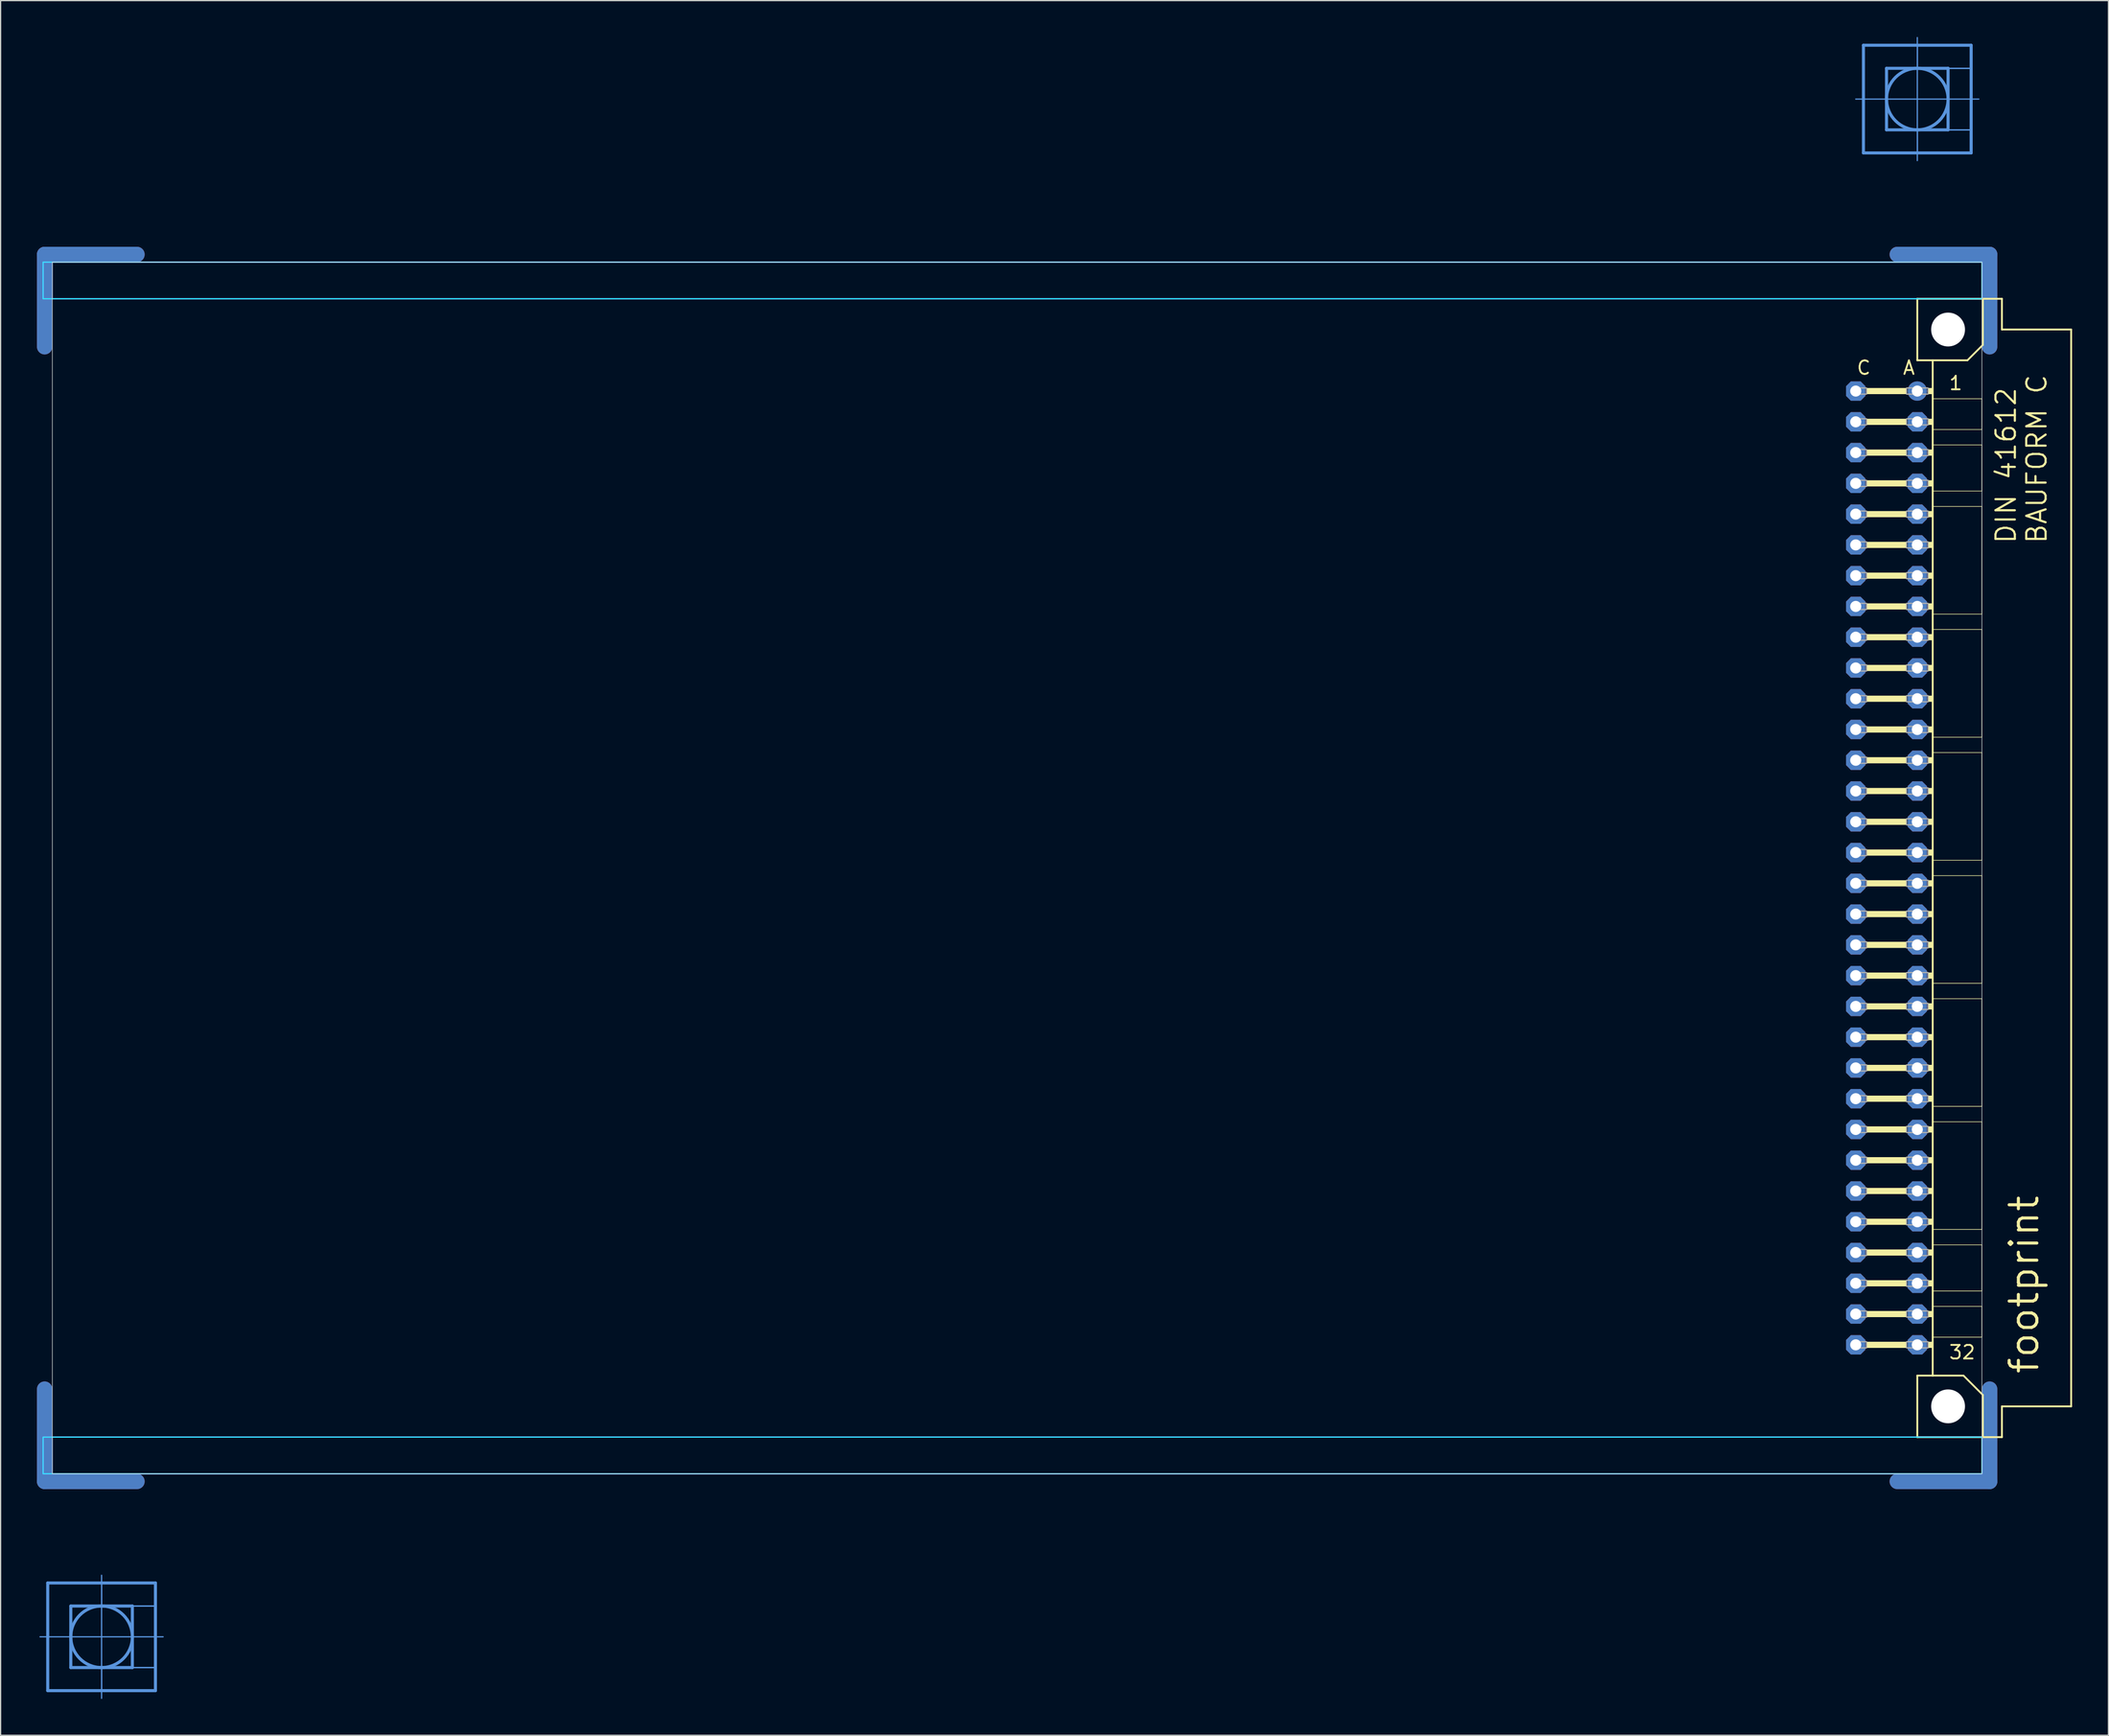
<source format=kicad_pcb>
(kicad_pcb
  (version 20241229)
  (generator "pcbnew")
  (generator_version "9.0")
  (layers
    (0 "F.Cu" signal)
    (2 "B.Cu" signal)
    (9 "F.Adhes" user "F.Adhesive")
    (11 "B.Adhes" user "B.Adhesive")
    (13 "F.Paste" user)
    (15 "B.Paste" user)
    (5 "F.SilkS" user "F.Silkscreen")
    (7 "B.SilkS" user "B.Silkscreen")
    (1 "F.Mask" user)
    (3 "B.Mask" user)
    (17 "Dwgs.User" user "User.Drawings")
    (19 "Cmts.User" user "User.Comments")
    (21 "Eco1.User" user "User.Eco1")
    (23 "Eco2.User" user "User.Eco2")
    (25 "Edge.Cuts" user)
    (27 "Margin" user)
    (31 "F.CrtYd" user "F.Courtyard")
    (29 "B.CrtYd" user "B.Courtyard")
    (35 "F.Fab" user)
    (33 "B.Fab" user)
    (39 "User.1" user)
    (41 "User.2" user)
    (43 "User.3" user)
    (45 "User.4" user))
  (footprint "footprint"
    (layer "F.Cu")
    (at 0.254 68.605)
    (property "Reference" "footprint" (at 165.1 41.91 90) (layer "F.SilkS") (effects (font (size 2.286 2.286) (thickness 0.254)) (justify left bottom)))
    (fp_line (start 0.381 -43.028) (end 0.381 -50.648) (stroke (width 1.27) (type solid)) (layer "F.Cu"))
    (fp_line (start 0.381 43.028) (end 0.381 50.648) (stroke (width 1.27) (type solid)) (layer "F.Cu"))
    (fp_line (start 8.001 -50.648) (end 0.381 -50.648) (stroke (width 1.27) (type solid)) (layer "F.Cu"))
    (fp_line (start 8.001 50.648) (end 0.381 50.648) (stroke (width 1.27) (type solid)) (layer "F.Cu"))
    (fp_line (start 153.289 -50.648) (end 160.909 -50.648) (stroke (width 1.27) (type solid)) (layer "F.Cu"))
    (fp_line (start 153.289 50.648) (end 160.909 50.648) (stroke (width 1.27) (type solid)) (layer "F.Cu"))
    (fp_line (start 160.909 -43.028) (end 160.909 -50.648) (stroke (width 1.27) (type solid)) (layer "F.Cu"))
    (fp_line (start 160.909 43.028) (end 160.909 50.648) (stroke (width 1.27) (type solid)) (layer "F.Cu"))
    (fp_line (start 1.016 -42.393) (end 1.016 -50.013) (stroke (width 0.152) (type solid)) (layer "F.Mask"))
    (fp_line (start 1.016 42.393) (end 1.016 50.013) (stroke (width 0.152) (type solid)) (layer "F.Mask"))
    (fp_line (start 8.636 -50.013) (end 1.016 -50.013) (stroke (width 0.152) (type solid)) (layer "F.Mask"))
    (fp_line (start 8.636 50.013) (end 1.016 50.013) (stroke (width 0.152) (type solid)) (layer "F.Mask"))
    (fp_line (start 152.654 -50.013) (end 160.274 -50.013) (stroke (width 0.152) (type solid)) (layer "F.Mask"))
    (fp_line (start 152.654 50.013) (end 160.274 50.013) (stroke (width 0.152) (type solid)) (layer "F.Mask"))
    (fp_line (start 160.274 -42.393) (end 160.274 -50.013) (stroke (width 0.152) (type solid)) (layer "F.Mask"))
    (fp_line (start 160.274 42.393) (end 160.274 50.013) (stroke (width 0.152) (type solid)) (layer "F.Mask"))
    (fp_line (start 0.381 -43.028) (end 0.381 -50.648) (stroke (width 1.27) (type solid)) (layer "B.Cu"))
    (fp_line (start 0.381 43.028) (end 0.381 50.648) (stroke (width 1.27) (type solid)) (layer "B.Cu"))
    (fp_line (start 8.001 -50.648) (end 0.381 -50.648) (stroke (width 1.27) (type solid)) (layer "B.Cu"))
    (fp_line (start 8.001 50.648) (end 0.381 50.648) (stroke (width 1.27) (type solid)) (layer "B.Cu"))
    (fp_line (start 153.289 -50.648) (end 160.909 -50.648) (stroke (width 1.27) (type solid)) (layer "B.Cu"))
    (fp_line (start 153.289 50.648) (end 160.909 50.648) (stroke (width 1.27) (type solid)) (layer "B.Cu"))
    (fp_line (start 160.909 -43.028) (end 160.909 -50.648) (stroke (width 1.27) (type solid)) (layer "B.Cu"))
    (fp_line (start 160.909 43.028) (end 160.909 50.648) (stroke (width 1.27) (type solid)) (layer "B.Cu"))
    (fp_line (start 1.016 -50.013) (end 8.636 -50.013) (stroke (width 0.152) (type solid)) (layer "B.Mask"))
    (fp_line (start 1.016 -42.393) (end 1.016 -50.013) (stroke (width 0.152) (type solid)) (layer "B.Mask"))
    (fp_line (start 1.016 50.013) (end 1.016 42.393) (stroke (width 0.152) (type solid)) (layer "B.Mask"))
    (fp_line (start 8.636 50.013) (end 1.016 50.013) (stroke (width 0.152) (type solid)) (layer "B.Mask"))
    (fp_line (start 152.654 -50.013) (end 160.274 -50.013) (stroke (width 0.152) (type solid)) (layer "B.Mask"))
    (fp_line (start 160.274 -50.013) (end 160.274 -42.393) (stroke (width 0.152) (type solid)) (layer "B.Mask"))
    (fp_line (start 160.274 42.393) (end 160.274 50.013) (stroke (width 0.152) (type solid)) (layer "B.Mask"))
    (fp_line (start 160.274 50.013) (end 152.654 50.013) (stroke (width 0.152) (type solid)) (layer "B.Mask"))
    (fp_line (start 154.94 -46.99) (end 154.94 -41.91) (stroke (width 0.152) (type solid)) (layer "F.SilkS"))
    (fp_line (start 154.94 -41.91) (end 156.21 -41.91) (stroke (width 0.152) (type solid)) (layer "F.SilkS"))
    (fp_line (start 154.94 41.91) (end 154.94 46.99) (stroke (width 0.152) (type solid)) (layer "F.SilkS"))
    (fp_line (start 154.94 41.91) (end 156.21 41.91) (stroke (width 0.152) (type solid)) (layer "F.SilkS"))
    (fp_line (start 154.94 46.99) (end 160.35 46.99) (stroke (width 0.152) (type solid)) (layer "F.SilkS"))
    (fp_line (start 156.21 -41.91) (end 156.21 -38.735) (stroke (width 0.152) (type solid)) (layer "F.SilkS"))
    (fp_line (start 156.21 -41.91) (end 159.08 -41.91) (stroke (width 0.152) (type solid)) (layer "F.SilkS"))
    (fp_line (start 156.21 -38.735) (end 156.21 -36.195) (stroke (width 0.152) (type solid)) (layer "F.SilkS"))
    (fp_line (start 156.21 -36.195) (end 156.21 -34.925) (stroke (width 0.152) (type solid)) (layer "F.SilkS"))
    (fp_line (start 156.21 -34.925) (end 156.21 -31.115) (stroke (width 0.152) (type solid)) (layer "F.SilkS"))
    (fp_line (start 156.21 -31.115) (end 156.21 -29.845) (stroke (width 0.152) (type solid)) (layer "F.SilkS"))
    (fp_line (start 156.21 -29.845) (end 156.21 -20.955) (stroke (width 0.152) (type solid)) (layer "F.SilkS"))
    (fp_line (start 156.21 -20.955) (end 156.21 -19.685) (stroke (width 0.152) (type solid)) (layer "F.SilkS"))
    (fp_line (start 156.21 -19.685) (end 156.21 -10.795) (stroke (width 0.152) (type solid)) (layer "F.SilkS"))
    (fp_line (start 156.21 -10.795) (end 156.21 -9.525) (stroke (width 0.152) (type solid)) (layer "F.SilkS"))
    (fp_line (start 156.21 -9.525) (end 156.21 -0.635) (stroke (width 0.152) (type solid)) (layer "F.SilkS"))
    (fp_line (start 156.21 -0.635) (end 156.21 0.635) (stroke (width 0.152) (type solid)) (layer "F.SilkS"))
    (fp_line (start 156.21 0.635) (end 156.21 9.525) (stroke (width 0.152) (type solid)) (layer "F.SilkS"))
    (fp_line (start 156.21 9.525) (end 156.21 10.795) (stroke (width 0.152) (type solid)) (layer "F.SilkS"))
    (fp_line (start 156.21 10.795) (end 156.21 19.685) (stroke (width 0.152) (type solid)) (layer "F.SilkS"))
    (fp_line (start 156.21 19.685) (end 156.21 20.955) (stroke (width 0.152) (type solid)) (layer "F.SilkS"))
    (fp_line (start 156.21 20.955) (end 156.21 29.845) (stroke (width 0.152) (type solid)) (layer "F.SilkS"))
    (fp_line (start 156.21 29.845) (end 156.21 31.115) (stroke (width 0.152) (type solid)) (layer "F.SilkS"))
    (fp_line (start 156.21 31.115) (end 156.21 34.925) (stroke (width 0.152) (type solid)) (layer "F.SilkS"))
    (fp_line (start 156.21 34.925) (end 156.21 36.195) (stroke (width 0.152) (type solid)) (layer "F.SilkS"))
    (fp_line (start 156.21 36.195) (end 156.21 38.735) (stroke (width 0.152) (type solid)) (layer "F.SilkS"))
    (fp_line (start 156.21 38.735) (end 156.21 41.91) (stroke (width 0.152) (type solid)) (layer "F.SilkS"))
    (fp_line (start 156.21 41.91) (end 158.75 41.91) (stroke (width 0.152) (type solid)) (layer "F.SilkS"))
    (fp_line (start 159.08 -41.91) (end 160.35 -43.18) (stroke (width 0.152) (type solid)) (layer "F.SilkS"))
    (fp_line (start 160.274 -38.735) (end 156.21 -38.735) (stroke (width 0.051) (type solid)) (layer "F.SilkS"))
    (fp_line (start 160.274 -38.735) (end 160.274 -36.195) (stroke (width 0.051) (type solid)) (layer "F.SilkS"))
    (fp_line (start 160.274 -36.195) (end 156.21 -36.195) (stroke (width 0.051) (type solid)) (layer "F.SilkS"))
    (fp_line (start 160.274 -34.925) (end 156.21 -34.925) (stroke (width 0.051) (type solid)) (layer "F.SilkS"))
    (fp_line (start 160.274 -34.925) (end 160.274 -31.115) (stroke (width 0.051) (type solid)) (layer "F.SilkS"))
    (fp_line (start 160.274 -31.115) (end 156.21 -31.115) (stroke (width 0.051) (type solid)) (layer "F.SilkS"))
    (fp_line (start 160.274 -29.845) (end 156.21 -29.845) (stroke (width 0.051) (type solid)) (layer "F.SilkS"))
    (fp_line (start 160.274 -29.845) (end 160.274 -20.955) (stroke (width 0.051) (type solid)) (layer "F.SilkS"))
    (fp_line (start 160.274 -20.955) (end 156.21 -20.955) (stroke (width 0.051) (type solid)) (layer "F.SilkS"))
    (fp_line (start 160.274 -19.685) (end 156.21 -19.685) (stroke (width 0.051) (type solid)) (layer "F.SilkS"))
    (fp_line (start 160.274 -19.685) (end 160.274 -10.795) (stroke (width 0.051) (type solid)) (layer "F.SilkS"))
    (fp_line (start 160.274 -10.795) (end 156.21 -10.795) (stroke (width 0.051) (type solid)) (layer "F.SilkS"))
    (fp_line (start 160.274 -9.525) (end 156.21 -9.525) (stroke (width 0.051) (type solid)) (layer "F.SilkS"))
    (fp_line (start 160.274 -9.525) (end 160.274 -0.635) (stroke (width 0.051) (type solid)) (layer "F.SilkS"))
    (fp_line (start 160.274 -0.635) (end 156.21 -0.635) (stroke (width 0.051) (type solid)) (layer "F.SilkS"))
    (fp_line (start 160.274 0.635) (end 156.21 0.635) (stroke (width 0.051) (type solid)) (layer "F.SilkS"))
    (fp_line (start 160.274 0.635) (end 160.274 9.525) (stroke (width 0.051) (type solid)) (layer "F.SilkS"))
    (fp_line (start 160.274 9.525) (end 156.21 9.525) (stroke (width 0.051) (type solid)) (layer "F.SilkS"))
    (fp_line (start 160.274 10.795) (end 156.21 10.795) (stroke (width 0.051) (type solid)) (layer "F.SilkS"))
    (fp_line (start 160.274 10.795) (end 160.274 19.685) (stroke (width 0.051) (type solid)) (layer "F.SilkS"))
    (fp_line (start 160.274 19.685) (end 156.21 19.685) (stroke (width 0.051) (type solid)) (layer "F.SilkS"))
    (fp_line (start 160.274 20.955) (end 156.21 20.955) (stroke (width 0.051) (type solid)) (layer "F.SilkS"))
    (fp_line (start 160.274 20.955) (end 160.274 29.845) (stroke (width 0.051) (type solid)) (layer "F.SilkS"))
    (fp_line (start 160.274 29.845) (end 156.21 29.845) (stroke (width 0.051) (type solid)) (layer "F.SilkS"))
    (fp_line (start 160.274 31.115) (end 156.21 31.115) (stroke (width 0.051) (type solid)) (layer "F.SilkS"))
    (fp_line (start 160.274 31.115) (end 160.274 34.925) (stroke (width 0.051) (type solid)) (layer "F.SilkS"))
    (fp_line (start 160.274 34.925) (end 156.21 34.925) (stroke (width 0.051) (type solid)) (layer "F.SilkS"))
    (fp_line (start 160.274 36.195) (end 156.21 36.195) (stroke (width 0.051) (type solid)) (layer "F.SilkS"))
    (fp_line (start 160.274 36.195) (end 160.274 38.735) (stroke (width 0.051) (type solid)) (layer "F.SilkS"))
    (fp_line (start 160.274 38.735) (end 156.21 38.735) (stroke (width 0.051) (type solid)) (layer "F.SilkS"))
    (fp_line (start 160.35 -46.99) (end 154.94 -46.99) (stroke (width 0.152) (type solid)) (layer "F.SilkS"))
    (fp_line (start 160.35 -43.18) (end 160.35 -46.99) (stroke (width 0.152) (type solid)) (layer "F.SilkS"))
    (fp_line (start 160.35 43.51) (end 158.75 41.91) (stroke (width 0.152) (type solid)) (layer "F.SilkS"))
    (fp_line (start 160.35 43.51) (end 160.35 46.99) (stroke (width 0.152) (type solid)) (layer "F.SilkS"))
    (fp_line (start 160.35 46.99) (end 161.925 46.99) (stroke (width 0.152) (type solid)) (layer "F.SilkS"))
    (fp_line (start 161.925 -46.99) (end 160.35 -46.99) (stroke (width 0.152) (type solid)) (layer "F.SilkS"))
    (fp_line (start 161.925 -44.45) (end 161.925 -46.99) (stroke (width 0.152) (type solid)) (layer "F.SilkS"))
    (fp_line (start 161.925 44.45) (end 167.64 44.45) (stroke (width 0.152) (type solid)) (layer "F.SilkS"))
    (fp_line (start 161.925 46.99) (end 161.925 44.45) (stroke (width 0.152) (type solid)) (layer "F.SilkS"))
    (fp_line (start 167.64 -44.45) (end 161.925 -44.45) (stroke (width 0.152) (type solid)) (layer "F.SilkS"))
    (fp_line (start 167.64 44.45) (end 167.64 -44.45) (stroke (width 0.152) (type solid)) (layer "F.SilkS"))
    (fp_circle (center 157.48 -44.45) (end 158.75 -44.45) (stroke (width 0.152) (type solid)) (fill no) (layer "F.SilkS"))
    (fp_circle (center 157.48 44.45) (end 158.75 44.45) (stroke (width 0.152) (type solid)) (fill no) (layer "F.SilkS"))
    (fp_poly (pts (xy 150.749 -39.116) (xy 154.051 -39.116) (xy 154.051 -39.624) (xy 150.749 -39.624)) (stroke (width 0) (type solid)) (fill yes) (layer "F.SilkS"))
    (fp_poly (pts (xy 150.749 -36.576) (xy 154.051 -36.576) (xy 154.051 -37.084) (xy 150.749 -37.084)) (stroke (width 0) (type solid)) (fill yes) (layer "F.SilkS"))
    (fp_poly (pts (xy 150.749 -34.036) (xy 154.051 -34.036) (xy 154.051 -34.544) (xy 150.749 -34.544)) (stroke (width 0) (type solid)) (fill yes) (layer "F.SilkS"))
    (fp_poly (pts (xy 150.749 -31.496) (xy 154.051 -31.496) (xy 154.051 -32.004) (xy 150.749 -32.004)) (stroke (width 0) (type solid)) (fill yes) (layer "F.SilkS"))
    (fp_poly (pts (xy 150.749 -28.956) (xy 154.051 -28.956) (xy 154.051 -29.464) (xy 150.749 -29.464)) (stroke (width 0) (type solid)) (fill yes) (layer "F.SilkS"))
    (fp_poly (pts (xy 150.749 -26.416) (xy 154.051 -26.416) (xy 154.051 -26.924) (xy 150.749 -26.924)) (stroke (width 0) (type solid)) (fill yes) (layer "F.SilkS"))
    (fp_poly (pts (xy 150.749 -23.876) (xy 154.051 -23.876) (xy 154.051 -24.384) (xy 150.749 -24.384)) (stroke (width 0) (type solid)) (fill yes) (layer "F.SilkS"))
    (fp_poly (pts (xy 150.749 -21.336) (xy 154.051 -21.336) (xy 154.051 -21.844) (xy 150.749 -21.844)) (stroke (width 0) (type solid)) (fill yes) (layer "F.SilkS"))
    (fp_poly (pts (xy 150.749 -18.796) (xy 154.051 -18.796) (xy 154.051 -19.304) (xy 150.749 -19.304)) (stroke (width 0) (type solid)) (fill yes) (layer "F.SilkS"))
    (fp_poly (pts (xy 150.749 -16.256) (xy 154.051 -16.256) (xy 154.051 -16.764) (xy 150.749 -16.764)) (stroke (width 0) (type solid)) (fill yes) (layer "F.SilkS"))
    (fp_poly (pts (xy 150.749 -13.716) (xy 154.051 -13.716) (xy 154.051 -14.224) (xy 150.749 -14.224)) (stroke (width 0) (type solid)) (fill yes) (layer "F.SilkS"))
    (fp_poly (pts (xy 150.749 -11.176) (xy 154.051 -11.176) (xy 154.051 -11.684) (xy 150.749 -11.684)) (stroke (width 0) (type solid)) (fill yes) (layer "F.SilkS"))
    (fp_poly (pts (xy 150.749 -8.636) (xy 154.051 -8.636) (xy 154.051 -9.144) (xy 150.749 -9.144)) (stroke (width 0) (type solid)) (fill yes) (layer "F.SilkS"))
    (fp_poly (pts (xy 150.749 -6.096) (xy 154.051 -6.096) (xy 154.051 -6.604) (xy 150.749 -6.604)) (stroke (width 0) (type solid)) (fill yes) (layer "F.SilkS"))
    (fp_poly (pts (xy 150.749 -3.556) (xy 154.051 -3.556) (xy 154.051 -4.064) (xy 150.749 -4.064)) (stroke (width 0) (type solid)) (fill yes) (layer "F.SilkS"))
    (fp_poly (pts (xy 150.749 -1.016) (xy 154.051 -1.016) (xy 154.051 -1.524) (xy 150.749 -1.524)) (stroke (width 0) (type solid)) (fill yes) (layer "F.SilkS"))
    (fp_poly (pts (xy 150.749 1.524) (xy 154.051 1.524) (xy 154.051 1.016) (xy 150.749 1.016)) (stroke (width 0) (type solid)) (fill yes) (layer "F.SilkS"))
    (fp_poly (pts (xy 150.749 4.064) (xy 154.051 4.064) (xy 154.051 3.556) (xy 150.749 3.556)) (stroke (width 0) (type solid)) (fill yes) (layer "F.SilkS"))
    (fp_poly (pts (xy 150.749 6.604) (xy 154.051 6.604) (xy 154.051 6.096) (xy 150.749 6.096)) (stroke (width 0) (type solid)) (fill yes) (layer "F.SilkS"))
    (fp_poly (pts (xy 150.749 9.144) (xy 154.051 9.144) (xy 154.051 8.636) (xy 150.749 8.636)) (stroke (width 0) (type solid)) (fill yes) (layer "F.SilkS"))
    (fp_poly (pts (xy 150.749 11.684) (xy 154.051 11.684) (xy 154.051 11.176) (xy 150.749 11.176)) (stroke (width 0) (type solid)) (fill yes) (layer "F.SilkS"))
    (fp_poly (pts (xy 150.749 14.224) (xy 154.051 14.224) (xy 154.051 13.716) (xy 150.749 13.716)) (stroke (width 0) (type solid)) (fill yes) (layer "F.SilkS"))
    (fp_poly (pts (xy 150.749 16.764) (xy 154.051 16.764) (xy 154.051 16.256) (xy 150.749 16.256)) (stroke (width 0) (type solid)) (fill yes) (layer "F.SilkS"))
    (fp_poly (pts (xy 150.749 19.304) (xy 154.051 19.304) (xy 154.051 18.796) (xy 150.749 18.796)) (stroke (width 0) (type solid)) (fill yes) (layer "F.SilkS"))
    (fp_poly (pts (xy 150.749 21.844) (xy 154.051 21.844) (xy 154.051 21.336) (xy 150.749 21.336)) (stroke (width 0) (type solid)) (fill yes) (layer "F.SilkS"))
    (fp_poly (pts (xy 150.749 24.384) (xy 154.051 24.384) (xy 154.051 23.876) (xy 150.749 23.876)) (stroke (width 0) (type solid)) (fill yes) (layer "F.SilkS"))
    (fp_poly (pts (xy 150.749 26.924) (xy 154.051 26.924) (xy 154.051 26.416) (xy 150.749 26.416)) (stroke (width 0) (type solid)) (fill yes) (layer "F.SilkS"))
    (fp_poly (pts (xy 150.749 29.464) (xy 154.051 29.464) (xy 154.051 28.956) (xy 150.749 28.956)) (stroke (width 0) (type solid)) (fill yes) (layer "F.SilkS"))
    (fp_poly (pts (xy 150.749 32.004) (xy 154.051 32.004) (xy 154.051 31.496) (xy 150.749 31.496)) (stroke (width 0) (type solid)) (fill yes) (layer "F.SilkS"))
    (fp_poly (pts (xy 150.749 34.544) (xy 154.051 34.544) (xy 154.051 34.036) (xy 150.749 34.036)) (stroke (width 0) (type solid)) (fill yes) (layer "F.SilkS"))
    (fp_poly (pts (xy 150.749 37.084) (xy 154.051 37.084) (xy 154.051 36.576) (xy 150.749 36.576)) (stroke (width 0) (type solid)) (fill yes) (layer "F.SilkS"))
    (fp_poly (pts (xy 150.749 39.624) (xy 154.051 39.624) (xy 154.051 39.116) (xy 150.749 39.116)) (stroke (width 0) (type solid)) (fill yes) (layer "F.SilkS"))
    (fp_poly (pts (xy 155.829 -39.116) (xy 156.21 -39.116) (xy 156.21 -39.624) (xy 155.829 -39.624)) (stroke (width 0) (type solid)) (fill yes) (layer "F.SilkS"))
    (fp_poly (pts (xy 155.829 -36.576) (xy 156.21 -36.576) (xy 156.21 -37.084) (xy 155.829 -37.084)) (stroke (width 0) (type solid)) (fill yes) (layer "F.SilkS"))
    (fp_poly (pts (xy 155.829 -34.036) (xy 156.21 -34.036) (xy 156.21 -34.544) (xy 155.829 -34.544)) (stroke (width 0) (type solid)) (fill yes) (layer "F.SilkS"))
    (fp_poly (pts (xy 155.829 -31.496) (xy 156.21 -31.496) (xy 156.21 -32.004) (xy 155.829 -32.004)) (stroke (width 0) (type solid)) (fill yes) (layer "F.SilkS"))
    (fp_poly (pts (xy 155.829 -28.956) (xy 156.21 -28.956) (xy 156.21 -29.464) (xy 155.829 -29.464)) (stroke (width 0) (type solid)) (fill yes) (layer "F.SilkS"))
    (fp_poly (pts (xy 155.829 -26.416) (xy 156.21 -26.416) (xy 156.21 -26.924) (xy 155.829 -26.924)) (stroke (width 0) (type solid)) (fill yes) (layer "F.SilkS"))
    (fp_poly (pts (xy 155.829 -23.876) (xy 156.21 -23.876) (xy 156.21 -24.384) (xy 155.829 -24.384)) (stroke (width 0) (type solid)) (fill yes) (layer "F.SilkS"))
    (fp_poly (pts (xy 155.829 -21.336) (xy 156.21 -21.336) (xy 156.21 -21.844) (xy 155.829 -21.844)) (stroke (width 0) (type solid)) (fill yes) (layer "F.SilkS"))
    (fp_poly (pts (xy 155.829 -18.796) (xy 156.21 -18.796) (xy 156.21 -19.304) (xy 155.829 -19.304)) (stroke (width 0) (type solid)) (fill yes) (layer "F.SilkS"))
    (fp_poly (pts (xy 155.829 -16.256) (xy 156.21 -16.256) (xy 156.21 -16.764) (xy 155.829 -16.764)) (stroke (width 0) (type solid)) (fill yes) (layer "F.SilkS"))
    (fp_poly (pts (xy 155.829 -13.716) (xy 156.21 -13.716) (xy 156.21 -14.224) (xy 155.829 -14.224)) (stroke (width 0) (type solid)) (fill yes) (layer "F.SilkS"))
    (fp_poly (pts (xy 155.829 -11.176) (xy 156.21 -11.176) (xy 156.21 -11.684) (xy 155.829 -11.684)) (stroke (width 0) (type solid)) (fill yes) (layer "F.SilkS"))
    (fp_poly (pts (xy 155.829 -8.636) (xy 156.21 -8.636) (xy 156.21 -9.144) (xy 155.829 -9.144)) (stroke (width 0) (type solid)) (fill yes) (layer "F.SilkS"))
    (fp_poly (pts (xy 155.829 -6.096) (xy 156.21 -6.096) (xy 156.21 -6.604) (xy 155.829 -6.604)) (stroke (width 0) (type solid)) (fill yes) (layer "F.SilkS"))
    (fp_poly (pts (xy 155.829 -3.556) (xy 156.21 -3.556) (xy 156.21 -4.064) (xy 155.829 -4.064)) (stroke (width 0) (type solid)) (fill yes) (layer "F.SilkS"))
    (fp_poly (pts (xy 155.829 -1.016) (xy 156.21 -1.016) (xy 156.21 -1.524) (xy 155.829 -1.524)) (stroke (width 0) (type solid)) (fill yes) (layer "F.SilkS"))
    (fp_poly (pts (xy 155.829 1.524) (xy 156.21 1.524) (xy 156.21 1.016) (xy 155.829 1.016)) (stroke (width 0) (type solid)) (fill yes) (layer "F.SilkS"))
    (fp_poly (pts (xy 155.829 4.064) (xy 156.21 4.064) (xy 156.21 3.556) (xy 155.829 3.556)) (stroke (width 0) (type solid)) (fill yes) (layer "F.SilkS"))
    (fp_poly (pts (xy 155.829 6.604) (xy 156.21 6.604) (xy 156.21 6.096) (xy 155.829 6.096)) (stroke (width 0) (type solid)) (fill yes) (layer "F.SilkS"))
    (fp_poly (pts (xy 155.829 9.144) (xy 156.21 9.144) (xy 156.21 8.636) (xy 155.829 8.636)) (stroke (width 0) (type solid)) (fill yes) (layer "F.SilkS"))
    (fp_poly (pts (xy 155.829 11.684) (xy 156.21 11.684) (xy 156.21 11.176) (xy 155.829 11.176)) (stroke (width 0) (type solid)) (fill yes) (layer "F.SilkS"))
    (fp_poly (pts (xy 155.829 14.224) (xy 156.21 14.224) (xy 156.21 13.716) (xy 155.829 13.716)) (stroke (width 0) (type solid)) (fill yes) (layer "F.SilkS"))
    (fp_poly (pts (xy 155.829 16.764) (xy 156.21 16.764) (xy 156.21 16.256) (xy 155.829 16.256)) (stroke (width 0) (type solid)) (fill yes) (layer "F.SilkS"))
    (fp_poly (pts (xy 155.829 19.304) (xy 156.21 19.304) (xy 156.21 18.796) (xy 155.829 18.796)) (stroke (width 0) (type solid)) (fill yes) (layer "F.SilkS"))
    (fp_poly (pts (xy 155.829 21.844) (xy 156.21 21.844) (xy 156.21 21.336) (xy 155.829 21.336)) (stroke (width 0) (type solid)) (fill yes) (layer "F.SilkS"))
    (fp_poly (pts (xy 155.829 24.384) (xy 156.21 24.384) (xy 156.21 23.876) (xy 155.829 23.876)) (stroke (width 0) (type solid)) (fill yes) (layer "F.SilkS"))
    (fp_poly (pts (xy 155.829 26.924) (xy 156.21 26.924) (xy 156.21 26.416) (xy 155.829 26.416)) (stroke (width 0) (type solid)) (fill yes) (layer "F.SilkS"))
    (fp_poly (pts (xy 155.829 29.464) (xy 156.21 29.464) (xy 156.21 28.956) (xy 155.829 28.956)) (stroke (width 0) (type solid)) (fill yes) (layer "F.SilkS"))
    (fp_poly (pts (xy 155.829 32.004) (xy 156.21 32.004) (xy 156.21 31.496) (xy 155.829 31.496)) (stroke (width 0) (type solid)) (fill yes) (layer "F.SilkS"))
    (fp_poly (pts (xy 155.829 34.544) (xy 156.21 34.544) (xy 156.21 34.036) (xy 155.829 34.036)) (stroke (width 0) (type solid)) (fill yes) (layer "F.SilkS"))
    (fp_poly (pts (xy 155.829 37.084) (xy 156.21 37.084) (xy 156.21 36.576) (xy 155.829 36.576)) (stroke (width 0) (type solid)) (fill yes) (layer "F.SilkS"))
    (fp_poly (pts (xy 155.829 39.624) (xy 156.21 39.624) (xy 156.21 39.116) (xy 155.829 39.116)) (stroke (width 0) (type solid)) (fill yes) (layer "F.SilkS"))
    (fp_line (start 0 63.475) (end 0.635 63.475) (stroke (width 0.102) (type solid)) (layer "Cmts.User"))
    (fp_line (start 0.635 59.03) (end 9.525 59.03) (stroke (width 0.254) (type solid)) (layer "Cmts.User"))
    (fp_line (start 0.635 63.475) (end 0.635 59.03) (stroke (width 0.254) (type solid)) (layer "Cmts.User"))
    (fp_line (start 0.635 63.475) (end 10.16 63.475) (stroke (width 0.102) (type solid)) (layer "Cmts.User"))
    (fp_line (start 0.635 67.92) (end 0.635 63.475) (stroke (width 0.254) (type solid)) (layer "Cmts.User"))
    (fp_line (start 2.54 60.935) (end 2.54 66.015) (stroke (width 0.254) (type solid)) (layer "Cmts.User"))
    (fp_line (start 2.54 66.015) (end 7.62 66.015) (stroke (width 0.254) (type solid)) (layer "Cmts.User"))
    (fp_line (start 5.08 68.555) (end 5.08 58.395) (stroke (width 0.102) (type solid)) (layer "Cmts.User"))
    (fp_line (start 7.62 60.935) (end 2.54 60.935) (stroke (width 0.254) (type solid)) (layer "Cmts.User"))
    (fp_line (start 7.62 66.015) (end 7.62 60.935) (stroke (width 0.254) (type solid)) (layer "Cmts.User"))
    (fp_line (start 9.525 59.03) (end 9.525 67.92) (stroke (width 0.254) (type solid)) (layer "Cmts.User"))
    (fp_line (start 9.525 67.92) (end 0.635 67.92) (stroke (width 0.254) (type solid)) (layer "Cmts.User"))
    (fp_line (start 149.86 -63.475) (end 150.495 -63.475) (stroke (width 0.102) (type solid)) (layer "Cmts.User"))
    (fp_line (start 150.495 -67.92) (end 159.385 -67.92) (stroke (width 0.254) (type solid)) (layer "Cmts.User"))
    (fp_line (start 150.495 -63.475) (end 150.495 -67.92) (stroke (width 0.254) (type solid)) (layer "Cmts.User"))
    (fp_line (start 150.495 -63.475) (end 160.02 -63.475) (stroke (width 0.102) (type solid)) (layer "Cmts.User"))
    (fp_line (start 150.495 -59.03) (end 150.495 -63.475) (stroke (width 0.254) (type solid)) (layer "Cmts.User"))
    (fp_line (start 152.4 -66.015) (end 152.4 -60.935) (stroke (width 0.254) (type solid)) (layer "Cmts.User"))
    (fp_line (start 152.4 -60.935) (end 157.48 -60.935) (stroke (width 0.254) (type solid)) (layer "Cmts.User"))
    (fp_line (start 154.94 -58.395) (end 154.94 -68.555) (stroke (width 0.102) (type solid)) (layer "Cmts.User"))
    (fp_line (start 157.48 -66.015) (end 152.4 -66.015) (stroke (width 0.254) (type solid)) (layer "Cmts.User"))
    (fp_line (start 157.48 -60.935) (end 157.48 -66.015) (stroke (width 0.254) (type solid)) (layer "Cmts.User"))
    (fp_line (start 159.385 -67.92) (end 159.385 -59.03) (stroke (width 0.254) (type solid)) (layer "Cmts.User"))
    (fp_line (start 159.385 -59.03) (end 150.495 -59.03) (stroke (width 0.254) (type solid)) (layer "Cmts.User"))
    (fp_circle (center 5.08 63.475) (end 7.62 63.475) (stroke (width 0.254) (type solid)) (fill no) (layer "Cmts.User"))
    (fp_circle (center 154.94 -63.475) (end 157.48 -63.475) (stroke (width 0.254) (type solid)) (fill no) (layer "Cmts.User"))
    (fp_poly (pts (xy 5.08 60.935) (xy 9.525 60.935) (xy 9.525 59.03) (xy 5.08 59.03)) (stroke (width 0.1) (type solid)) (fill no) (layer "Cmts.User"))
    (fp_poly (pts (xy 5.08 67.92) (xy 9.525 67.92) (xy 9.525 66.015) (xy 5.08 66.015)) (stroke (width 0.1) (type solid)) (fill no) (layer "Cmts.User"))
    (fp_poly (pts (xy 7.62 66.015) (xy 9.525 66.015) (xy 9.525 60.935) (xy 7.62 60.935)) (stroke (width 0.1) (type solid)) (fill no) (layer "Cmts.User"))
    (fp_poly (pts (xy 154.94 -66.015) (xy 159.385 -66.015) (xy 159.385 -67.92) (xy 154.94 -67.92)) (stroke (width 0.1) (type solid)) (fill no) (layer "Cmts.User"))
    (fp_poly (pts (xy 154.94 -59.03) (xy 159.385 -59.03) (xy 159.385 -60.935) (xy 154.94 -60.935)) (stroke (width 0.1) (type solid)) (fill no) (layer "Cmts.User"))
    (fp_poly (pts (xy 157.48 -60.935) (xy 159.385 -60.935) (xy 159.385 -66.015) (xy 157.48 -66.015)) (stroke (width 0.1) (type solid)) (fill no) (layer "Cmts.User"))
    (fp_line (start 1.016 -50.013) (end 1.016 50.013) (stroke (width 0.05) (type solid)) (layer "Edge.Cuts"))
    (fp_line (start 1.016 50.013) (end 160.274 50.013) (stroke (width 0.05) (type solid)) (layer "Edge.Cuts"))
    (fp_line (start 160.274 -50.013) (end 1.016 -50.013) (stroke (width 0.05) (type solid)) (layer "Edge.Cuts"))
    (fp_line (start 160.274 50.013) (end 160.274 -50.013) (stroke (width 0.05) (type solid)) (layer "Edge.Cuts"))
    (fp_line (start 1.016 -46.99) (end 1.016 -50.013) (stroke (width 0.051) (type solid)) (layer "B.CrtYd"))
    (fp_line (start 1.016 46.99) (end 1.016 50.013) (stroke (width 0.051) (type solid)) (layer "B.CrtYd"))
    (fp_line (start 160.274 -50.013) (end 160.274 -46.99) (stroke (width 0.051) (type solid)) (layer "B.CrtYd"))
    (fp_line (start 160.274 50.013) (end 160.274 46.99) (stroke (width 0.051) (type solid)) (layer "B.CrtYd"))
    (fp_poly (pts (xy 0.254 -46.99) (xy 160.274 -46.99) (xy 160.274 -50.013) (xy 0.254 -50.013)) (stroke (width 0.1) (type solid)) (fill no) (layer "B.CrtYd"))
    (fp_poly (pts (xy 0.254 50.013) (xy 160.274 50.013) (xy 160.274 46.99) (xy 0.254 46.99)) (stroke (width 0.1) (type solid)) (fill no) (layer "B.CrtYd"))
    (fp_line (start 1.016 -46.99) (end 1.016 -50.013) (stroke (width 0.051) (type solid)) (layer "F.CrtYd"))
    (fp_line (start 1.016 46.99) (end 1.016 50.013) (stroke (width 0.051) (type solid)) (layer "F.CrtYd"))
    (fp_line (start 160.274 -50.013) (end 160.274 -46.99) (stroke (width 0.051) (type solid)) (layer "F.CrtYd"))
    (fp_line (start 160.274 50.013) (end 160.274 46.99) (stroke (width 0.051) (type solid)) (layer "F.CrtYd"))
    (fp_poly (pts (xy 0.254 -46.99) (xy 160.274 -46.99) (xy 160.274 -50.013) (xy 0.254 -50.013)) (stroke (width 0.1) (type solid)) (fill no) (layer "F.CrtYd"))
    (fp_poly (pts (xy 0.254 50.013) (xy 160.274 50.013) (xy 160.274 46.99) (xy 0.254 46.99)) (stroke (width 0.1) (type solid)) (fill no) (layer "F.CrtYd"))
    (fp_poly (pts (xy 149.606 -39.116) (xy 150.749 -39.116) (xy 150.749 -39.624) (xy 149.606 -39.624)) (stroke (width 0.1) (type solid)) (fill no) (layer "F.Fab"))
    (fp_poly (pts (xy 149.606 -36.576) (xy 150.749 -36.576) (xy 150.749 -37.084) (xy 149.606 -37.084)) (stroke (width 0.1) (type solid)) (fill no) (layer "F.Fab"))
    (fp_poly (pts (xy 149.606 -34.036) (xy 150.749 -34.036) (xy 150.749 -34.544) (xy 149.606 -34.544)) (stroke (width 0.1) (type solid)) (fill no) (layer "F.Fab"))
    (fp_poly (pts (xy 149.606 -31.496) (xy 150.749 -31.496) (xy 150.749 -32.004) (xy 149.606 -32.004)) (stroke (width 0.1) (type solid)) (fill no) (layer "F.Fab"))
    (fp_poly (pts (xy 149.606 -28.956) (xy 150.749 -28.956) (xy 150.749 -29.464) (xy 149.606 -29.464)) (stroke (width 0.1) (type solid)) (fill no) (layer "F.Fab"))
    (fp_poly (pts (xy 149.606 -26.416) (xy 150.749 -26.416) (xy 150.749 -26.924) (xy 149.606 -26.924)) (stroke (width 0.1) (type solid)) (fill no) (layer "F.Fab"))
    (fp_poly (pts (xy 149.606 -23.876) (xy 150.749 -23.876) (xy 150.749 -24.384) (xy 149.606 -24.384)) (stroke (width 0.1) (type solid)) (fill no) (layer "F.Fab"))
    (fp_poly (pts (xy 149.606 -21.336) (xy 150.749 -21.336) (xy 150.749 -21.844) (xy 149.606 -21.844)) (stroke (width 0.1) (type solid)) (fill no) (layer "F.Fab"))
    (fp_poly (pts (xy 149.606 -18.796) (xy 150.749 -18.796) (xy 150.749 -19.304) (xy 149.606 -19.304)) (stroke (width 0.1) (type solid)) (fill no) (layer "F.Fab"))
    (fp_poly (pts (xy 149.606 -16.256) (xy 150.749 -16.256) (xy 150.749 -16.764) (xy 149.606 -16.764)) (stroke (width 0.1) (type solid)) (fill no) (layer "F.Fab"))
    (fp_poly (pts (xy 149.606 -13.716) (xy 150.749 -13.716) (xy 150.749 -14.224) (xy 149.606 -14.224)) (stroke (width 0.1) (type solid)) (fill no) (layer "F.Fab"))
    (fp_poly (pts (xy 149.606 -11.176) (xy 150.749 -11.176) (xy 150.749 -11.684) (xy 149.606 -11.684)) (stroke (width 0.1) (type solid)) (fill no) (layer "F.Fab"))
    (fp_poly (pts (xy 149.606 -8.636) (xy 150.749 -8.636) (xy 150.749 -9.144) (xy 149.606 -9.144)) (stroke (width 0.1) (type solid)) (fill no) (layer "F.Fab"))
    (fp_poly (pts (xy 149.606 -6.096) (xy 150.749 -6.096) (xy 150.749 -6.604) (xy 149.606 -6.604)) (stroke (width 0.1) (type solid)) (fill no) (layer "F.Fab"))
    (fp_poly (pts (xy 149.606 -3.556) (xy 150.749 -3.556) (xy 150.749 -4.064) (xy 149.606 -4.064)) (stroke (width 0.1) (type solid)) (fill no) (layer "F.Fab"))
    (fp_poly (pts (xy 149.606 -1.016) (xy 150.749 -1.016) (xy 150.749 -1.524) (xy 149.606 -1.524)) (stroke (width 0.1) (type solid)) (fill no) (layer "F.Fab"))
    (fp_poly (pts (xy 149.606 1.524) (xy 150.749 1.524) (xy 150.749 1.016) (xy 149.606 1.016)) (stroke (width 0.1) (type solid)) (fill no) (layer "F.Fab"))
    (fp_poly (pts (xy 149.606 4.064) (xy 150.749 4.064) (xy 150.749 3.556) (xy 149.606 3.556)) (stroke (width 0.1) (type solid)) (fill no) (layer "F.Fab"))
    (fp_poly (pts (xy 149.606 6.604) (xy 150.749 6.604) (xy 150.749 6.096) (xy 149.606 6.096)) (stroke (width 0.1) (type solid)) (fill no) (layer "F.Fab"))
    (fp_poly (pts (xy 149.606 9.144) (xy 150.749 9.144) (xy 150.749 8.636) (xy 149.606 8.636)) (stroke (width 0.1) (type solid)) (fill no) (layer "F.Fab"))
    (fp_poly (pts (xy 149.606 11.684) (xy 150.749 11.684) (xy 150.749 11.176) (xy 149.606 11.176)) (stroke (width 0.1) (type solid)) (fill no) (layer "F.Fab"))
    (fp_poly (pts (xy 149.606 14.224) (xy 150.749 14.224) (xy 150.749 13.716) (xy 149.606 13.716)) (stroke (width 0.1) (type solid)) (fill no) (layer "F.Fab"))
    (fp_poly (pts (xy 149.606 16.764) (xy 150.749 16.764) (xy 150.749 16.256) (xy 149.606 16.256)) (stroke (width 0.1) (type solid)) (fill no) (layer "F.Fab"))
    (fp_poly (pts (xy 149.606 19.304) (xy 150.749 19.304) (xy 150.749 18.796) (xy 149.606 18.796)) (stroke (width 0.1) (type solid)) (fill no) (layer "F.Fab"))
    (fp_poly (pts (xy 149.606 21.844) (xy 150.749 21.844) (xy 150.749 21.336) (xy 149.606 21.336)) (stroke (width 0.1) (type solid)) (fill no) (layer "F.Fab"))
    (fp_poly (pts (xy 149.606 24.384) (xy 150.749 24.384) (xy 150.749 23.876) (xy 149.606 23.876)) (stroke (width 0.1) (type solid)) (fill no) (layer "F.Fab"))
    (fp_poly (pts (xy 149.606 26.924) (xy 150.749 26.924) (xy 150.749 26.416) (xy 149.606 26.416)) (stroke (width 0.1) (type solid)) (fill no) (layer "F.Fab"))
    (fp_poly (pts (xy 149.606 29.464) (xy 150.749 29.464) (xy 150.749 28.956) (xy 149.606 28.956)) (stroke (width 0.1) (type solid)) (fill no) (layer "F.Fab"))
    (fp_poly (pts (xy 149.606 32.004) (xy 150.749 32.004) (xy 150.749 31.496) (xy 149.606 31.496)) (stroke (width 0.1) (type solid)) (fill no) (layer "F.Fab"))
    (fp_poly (pts (xy 149.606 34.544) (xy 150.749 34.544) (xy 150.749 34.036) (xy 149.606 34.036)) (stroke (width 0.1) (type solid)) (fill no) (layer "F.Fab"))
    (fp_poly (pts (xy 149.606 37.084) (xy 150.749 37.084) (xy 150.749 36.576) (xy 149.606 36.576)) (stroke (width 0.1) (type solid)) (fill no) (layer "F.Fab"))
    (fp_poly (pts (xy 149.606 39.624) (xy 150.749 39.624) (xy 150.749 39.116) (xy 149.606 39.116)) (stroke (width 0.1) (type solid)) (fill no) (layer "F.Fab"))
    (fp_poly (pts (xy 154.051 -39.116) (xy 155.829 -39.116) (xy 155.829 -39.624) (xy 154.051 -39.624)) (stroke (width 0.1) (type solid)) (fill no) (layer "F.Fab"))
    (fp_poly (pts (xy 154.051 -36.576) (xy 155.829 -36.576) (xy 155.829 -37.084) (xy 154.051 -37.084)) (stroke (width 0.1) (type solid)) (fill no) (layer "F.Fab"))
    (fp_poly (pts (xy 154.051 -34.036) (xy 155.829 -34.036) (xy 155.829 -34.544) (xy 154.051 -34.544)) (stroke (width 0.1) (type solid)) (fill no) (layer "F.Fab"))
    (fp_poly (pts (xy 154.051 -31.496) (xy 155.829 -31.496) (xy 155.829 -32.004) (xy 154.051 -32.004)) (stroke (width 0.1) (type solid)) (fill no) (layer "F.Fab"))
    (fp_poly (pts (xy 154.051 -28.956) (xy 155.829 -28.956) (xy 155.829 -29.464) (xy 154.051 -29.464)) (stroke (width 0.1) (type solid)) (fill no) (layer "F.Fab"))
    (fp_poly (pts (xy 154.051 -26.416) (xy 155.829 -26.416) (xy 155.829 -26.924) (xy 154.051 -26.924)) (stroke (width 0.1) (type solid)) (fill no) (layer "F.Fab"))
    (fp_poly (pts (xy 154.051 -23.876) (xy 155.829 -23.876) (xy 155.829 -24.384) (xy 154.051 -24.384)) (stroke (width 0.1) (type solid)) (fill no) (layer "F.Fab"))
    (fp_poly (pts (xy 154.051 -21.336) (xy 155.829 -21.336) (xy 155.829 -21.844) (xy 154.051 -21.844)) (stroke (width 0.1) (type solid)) (fill no) (layer "F.Fab"))
    (fp_poly (pts (xy 154.051 -18.796) (xy 155.829 -18.796) (xy 155.829 -19.304) (xy 154.051 -19.304)) (stroke (width 0.1) (type solid)) (fill no) (layer "F.Fab"))
    (fp_poly (pts (xy 154.051 -16.256) (xy 155.829 -16.256) (xy 155.829 -16.764) (xy 154.051 -16.764)) (stroke (width 0.1) (type solid)) (fill no) (layer "F.Fab"))
    (fp_poly (pts (xy 154.051 -13.716) (xy 155.829 -13.716) (xy 155.829 -14.224) (xy 154.051 -14.224)) (stroke (width 0.1) (type solid)) (fill no) (layer "F.Fab"))
    (fp_poly (pts (xy 154.051 -11.176) (xy 155.829 -11.176) (xy 155.829 -11.684) (xy 154.051 -11.684)) (stroke (width 0.1) (type solid)) (fill no) (layer "F.Fab"))
    (fp_poly (pts (xy 154.051 -8.636) (xy 155.829 -8.636) (xy 155.829 -9.144) (xy 154.051 -9.144)) (stroke (width 0.1) (type solid)) (fill no) (layer "F.Fab"))
    (fp_poly (pts (xy 154.051 -6.096) (xy 155.829 -6.096) (xy 155.829 -6.604) (xy 154.051 -6.604)) (stroke (width 0.1) (type solid)) (fill no) (layer "F.Fab"))
    (fp_poly (pts (xy 154.051 -3.556) (xy 155.829 -3.556) (xy 155.829 -4.064) (xy 154.051 -4.064)) (stroke (width 0.1) (type solid)) (fill no) (layer "F.Fab"))
    (fp_poly (pts (xy 154.051 -1.016) (xy 155.829 -1.016) (xy 155.829 -1.524) (xy 154.051 -1.524)) (stroke (width 0.1) (type solid)) (fill no) (layer "F.Fab"))
    (fp_poly (pts (xy 154.051 1.524) (xy 155.829 1.524) (xy 155.829 1.016) (xy 154.051 1.016)) (stroke (width 0.1) (type solid)) (fill no) (layer "F.Fab"))
    (fp_poly (pts (xy 154.051 4.064) (xy 155.829 4.064) (xy 155.829 3.556) (xy 154.051 3.556)) (stroke (width 0.1) (type solid)) (fill no) (layer "F.Fab"))
    (fp_poly (pts (xy 154.051 6.604) (xy 155.829 6.604) (xy 155.829 6.096) (xy 154.051 6.096)) (stroke (width 0.1) (type solid)) (fill no) (layer "F.Fab"))
    (fp_poly (pts (xy 154.051 9.144) (xy 155.829 9.144) (xy 155.829 8.636) (xy 154.051 8.636)) (stroke (width 0.1) (type solid)) (fill no) (layer "F.Fab"))
    (fp_poly (pts (xy 154.051 11.684) (xy 155.829 11.684) (xy 155.829 11.176) (xy 154.051 11.176)) (stroke (width 0.1) (type solid)) (fill no) (layer "F.Fab"))
    (fp_poly (pts (xy 154.051 14.224) (xy 155.829 14.224) (xy 155.829 13.716) (xy 154.051 13.716)) (stroke (width 0.1) (type solid)) (fill no) (layer "F.Fab"))
    (fp_poly (pts (xy 154.051 16.764) (xy 155.829 16.764) (xy 155.829 16.256) (xy 154.051 16.256)) (stroke (width 0.1) (type solid)) (fill no) (layer "F.Fab"))
    (fp_poly (pts (xy 154.051 19.304) (xy 155.829 19.304) (xy 155.829 18.796) (xy 154.051 18.796)) (stroke (width 0.1) (type solid)) (fill no) (layer "F.Fab"))
    (fp_poly (pts (xy 154.051 21.844) (xy 155.829 21.844) (xy 155.829 21.336) (xy 154.051 21.336)) (stroke (width 0.1) (type solid)) (fill no) (layer "F.Fab"))
    (fp_poly (pts (xy 154.051 24.384) (xy 155.829 24.384) (xy 155.829 23.876) (xy 154.051 23.876)) (stroke (width 0.1) (type solid)) (fill no) (layer "F.Fab"))
    (fp_poly (pts (xy 154.051 26.924) (xy 155.829 26.924) (xy 155.829 26.416) (xy 154.051 26.416)) (stroke (width 0.1) (type solid)) (fill no) (layer "F.Fab"))
    (fp_poly (pts (xy 154.051 29.464) (xy 155.829 29.464) (xy 155.829 28.956) (xy 154.051 28.956)) (stroke (width 0.1) (type solid)) (fill no) (layer "F.Fab"))
    (fp_poly (pts (xy 154.051 32.004) (xy 155.829 32.004) (xy 155.829 31.496) (xy 154.051 31.496)) (stroke (width 0.1) (type solid)) (fill no) (layer "F.Fab"))
    (fp_poly (pts (xy 154.051 34.544) (xy 155.829 34.544) (xy 155.829 34.036) (xy 154.051 34.036)) (stroke (width 0.1) (type solid)) (fill no) (layer "F.Fab"))
    (fp_poly (pts (xy 154.051 37.084) (xy 155.829 37.084) (xy 155.829 36.576) (xy 154.051 36.576)) (stroke (width 0.1) (type solid)) (fill no) (layer "F.Fab"))
    (fp_poly (pts (xy 154.051 39.624) (xy 155.829 39.624) (xy 155.829 39.116) (xy 154.051 39.116)) (stroke (width 0.1) (type solid)) (fill no) (layer "F.Fab"))
    (fp_text user "A" (at 153.67 -40.64 0) (layer "F.SilkS") (effects (font (size 1.118 1.118) (thickness 0.152)) (justify left bottom)))
    (fp_text user "C" (at 149.86 -40.64 0) (layer "F.SilkS") (effects (font (size 1.118 1.118) (thickness 0.152)) (justify left bottom)))
    (fp_text user "DIN 41612" (at 163.195 -26.67 90) (layer "F.SilkS") (effects (font (size 1.6 1.6) (thickness 0.178)) (justify left bottom)))
    (fp_text user "1" (at 157.48 -39.37 0) (layer "F.SilkS") (effects (font (size 1.118 1.118) (thickness 0.152)) (justify left bottom)))
    (fp_text user "32" (at 157.48 40.64 0) (layer "F.SilkS") (effects (font (size 1.118 1.118) (thickness 0.152)) (justify left bottom)))
    (fp_text user "BAUFORM C" (at 165.735 -26.67 90) (layer "F.SilkS") (effects (font (size 1.6 1.6) (thickness 0.178)) (justify left bottom)))
    (pad "" np_thru_hole circle (at 157.48 -44.45) (size 2.794 2.794) (drill 2.794) (layers "*.Cu" "*.Mask"))
    (pad "" np_thru_hole circle (at 157.48 44.45) (size 2.794 2.794) (drill 2.794) (layers "*.Cu" "*.Mask"))
    (pad "A1" thru_hole circle (at 154.94 -39.37) (size 1.6 1.6) (drill 0.914) (layers "*.Cu" "*.Mask"))
    (pad "A2" thru_hole roundrect (at 154.94 -36.83) (size 1.6 1.6) (drill 0.914) (layers "*.Cu" "*.Mask") (roundrect_rratio 0.25) (chamfer_ratio 0.25) (chamfer top_left top_right bottom_left bottom_right))
    (pad "A3" thru_hole roundrect (at 154.94 -34.29) (size 1.6 1.6) (drill 0.914) (layers "*.Cu" "*.Mask") (roundrect_rratio 0.25) (chamfer_ratio 0.25) (chamfer top_left top_right bottom_left bottom_right))
    (pad "A4" thru_hole roundrect (at 154.94 -31.75) (size 1.6 1.6) (drill 0.914) (layers "*.Cu" "*.Mask") (roundrect_rratio 0.25) (chamfer_ratio 0.25) (chamfer top_left top_right bottom_left bottom_right))
    (pad "A5" thru_hole roundrect (at 154.94 -29.21) (size 1.6 1.6) (drill 0.914) (layers "*.Cu" "*.Mask") (roundrect_rratio 0.25) (chamfer_ratio 0.25) (chamfer top_left top_right bottom_left bottom_right))
    (pad "A6" thru_hole roundrect (at 154.94 -26.67) (size 1.6 1.6) (drill 0.914) (layers "*.Cu" "*.Mask") (roundrect_rratio 0.25) (chamfer_ratio 0.25) (chamfer top_left top_right bottom_left bottom_right))
    (pad "A7" thru_hole roundrect (at 154.94 -24.13) (size 1.6 1.6) (drill 0.914) (layers "*.Cu" "*.Mask") (roundrect_rratio 0.25) (chamfer_ratio 0.25) (chamfer top_left top_right bottom_left bottom_right))
    (pad "A8" thru_hole roundrect (at 154.94 -21.59) (size 1.6 1.6) (drill 0.914) (layers "*.Cu" "*.Mask") (roundrect_rratio 0.25) (chamfer_ratio 0.25) (chamfer top_left top_right bottom_left bottom_right))
    (pad "A9" thru_hole roundrect (at 154.94 -19.05) (size 1.6 1.6) (drill 0.914) (layers "*.Cu" "*.Mask") (roundrect_rratio 0.25) (chamfer_ratio 0.25) (chamfer top_left top_right bottom_left bottom_right))
    (pad "A10" thru_hole roundrect (at 154.94 -16.51) (size 1.6 1.6) (drill 0.914) (layers "*.Cu" "*.Mask") (roundrect_rratio 0.25) (chamfer_ratio 0.25) (chamfer top_left top_right bottom_left bottom_right))
    (pad "A11" thru_hole roundrect (at 154.94 -13.97) (size 1.6 1.6) (drill 0.914) (layers "*.Cu" "*.Mask") (roundrect_rratio 0.25) (chamfer_ratio 0.25) (chamfer top_left top_right bottom_left bottom_right))
    (pad "A12" thru_hole roundrect (at 154.94 -11.43) (size 1.6 1.6) (drill 0.914) (layers "*.Cu" "*.Mask") (roundrect_rratio 0.25) (chamfer_ratio 0.25) (chamfer top_left top_right bottom_left bottom_right))
    (pad "A13" thru_hole roundrect (at 154.94 -8.89) (size 1.6 1.6) (drill 0.914) (layers "*.Cu" "*.Mask") (roundrect_rratio 0.25) (chamfer_ratio 0.25) (chamfer top_left top_right bottom_left bottom_right))
    (pad "A14" thru_hole roundrect (at 154.94 -6.35) (size 1.6 1.6) (drill 0.914) (layers "*.Cu" "*.Mask") (roundrect_rratio 0.25) (chamfer_ratio 0.25) (chamfer top_left top_right bottom_left bottom_right))
    (pad "A15" thru_hole roundrect (at 154.94 -3.81) (size 1.6 1.6) (drill 0.914) (layers "*.Cu" "*.Mask") (roundrect_rratio 0.25) (chamfer_ratio 0.25) (chamfer top_left top_right bottom_left bottom_right))
    (pad "A16" thru_hole roundrect (at 154.94 -1.27) (size 1.6 1.6) (drill 0.914) (layers "*.Cu" "*.Mask") (roundrect_rratio 0.25) (chamfer_ratio 0.25) (chamfer top_left top_right bottom_left bottom_right))
    (pad "A17" thru_hole roundrect (at 154.94 1.27) (size 1.6 1.6) (drill 0.914) (layers "*.Cu" "*.Mask") (roundrect_rratio 0.25) (chamfer_ratio 0.25) (chamfer top_left top_right bottom_left bottom_right))
    (pad "A18" thru_hole roundrect (at 154.94 3.81) (size 1.6 1.6) (drill 0.914) (layers "*.Cu" "*.Mask") (roundrect_rratio 0.25) (chamfer_ratio 0.25) (chamfer top_left top_right bottom_left bottom_right))
    (pad "A19" thru_hole roundrect (at 154.94 6.35) (size 1.6 1.6) (drill 0.914) (layers "*.Cu" "*.Mask") (roundrect_rratio 0.25) (chamfer_ratio 0.25) (chamfer top_left top_right bottom_left bottom_right))
    (pad "A20" thru_hole roundrect (at 154.94 8.89) (size 1.6 1.6) (drill 0.914) (layers "*.Cu" "*.Mask") (roundrect_rratio 0.25) (chamfer_ratio 0.25) (chamfer top_left top_right bottom_left bottom_right))
    (pad "A21" thru_hole roundrect (at 154.94 11.43) (size 1.6 1.6) (drill 0.914) (layers "*.Cu" "*.Mask") (roundrect_rratio 0.25) (chamfer_ratio 0.25) (chamfer top_left top_right bottom_left bottom_right))
    (pad "A22" thru_hole roundrect (at 154.94 13.97) (size 1.6 1.6) (drill 0.914) (layers "*.Cu" "*.Mask") (roundrect_rratio 0.25) (chamfer_ratio 0.25) (chamfer top_left top_right bottom_left bottom_right))
    (pad "A23" thru_hole roundrect (at 154.94 16.51) (size 1.6 1.6) (drill 0.914) (layers "*.Cu" "*.Mask") (roundrect_rratio 0.25) (chamfer_ratio 0.25) (chamfer top_left top_right bottom_left bottom_right))
    (pad "A24" thru_hole roundrect (at 154.94 19.05) (size 1.6 1.6) (drill 0.914) (layers "*.Cu" "*.Mask") (roundrect_rratio 0.25) (chamfer_ratio 0.25) (chamfer top_left top_right bottom_left bottom_right))
    (pad "A25" thru_hole roundrect (at 154.94 21.59) (size 1.6 1.6) (drill 0.914) (layers "*.Cu" "*.Mask") (roundrect_rratio 0.25) (chamfer_ratio 0.25) (chamfer top_left top_right bottom_left bottom_right))
    (pad "A26" thru_hole roundrect (at 154.94 24.13) (size 1.6 1.6) (drill 0.914) (layers "*.Cu" "*.Mask") (roundrect_rratio 0.25) (chamfer_ratio 0.25) (chamfer top_left top_right bottom_left bottom_right))
    (pad "A27" thru_hole roundrect (at 154.94 26.67) (size 1.6 1.6) (drill 0.914) (layers "*.Cu" "*.Mask") (roundrect_rratio 0.25) (chamfer_ratio 0.25) (chamfer top_left top_right bottom_left bottom_right))
    (pad "A28" thru_hole roundrect (at 154.94 29.21) (size 1.6 1.6) (drill 0.914) (layers "*.Cu" "*.Mask") (roundrect_rratio 0.25) (chamfer_ratio 0.25) (chamfer top_left top_right bottom_left bottom_right))
    (pad "A29" thru_hole roundrect (at 154.94 31.75) (size 1.6 1.6) (drill 0.914) (layers "*.Cu" "*.Mask") (roundrect_rratio 0.25) (chamfer_ratio 0.25) (chamfer top_left top_right bottom_left bottom_right))
    (pad "A30" thru_hole roundrect (at 154.94 34.29) (size 1.6 1.6) (drill 0.914) (layers "*.Cu" "*.Mask") (roundrect_rratio 0.25) (chamfer_ratio 0.25) (chamfer top_left top_right bottom_left bottom_right))
    (pad "A31" thru_hole roundrect (at 154.94 36.83) (size 1.6 1.6) (drill 0.914) (layers "*.Cu" "*.Mask") (roundrect_rratio 0.25) (chamfer_ratio 0.25) (chamfer top_left top_right bottom_left bottom_right))
    (pad "A32" thru_hole roundrect (at 154.94 39.37) (size 1.6 1.6) (drill 0.914) (layers "*.Cu" "*.Mask") (roundrect_rratio 0.25) (chamfer_ratio 0.25) (chamfer top_left top_right bottom_left bottom_right))
    (pad "C1" thru_hole roundrect (at 149.86 -39.37) (size 1.6 1.6) (drill 0.914) (layers "*.Cu" "*.Mask") (roundrect_rratio 0.25) (chamfer_ratio 0.25) (chamfer top_left top_right bottom_left bottom_right))
    (pad "C2" thru_hole roundrect (at 149.86 -36.83) (size 1.6 1.6) (drill 0.914) (layers "*.Cu" "*.Mask") (roundrect_rratio 0.25) (chamfer_ratio 0.25) (chamfer top_left top_right bottom_left bottom_right))
    (pad "C3" thru_hole roundrect (at 149.86 -34.29) (size 1.6 1.6) (drill 0.914) (layers "*.Cu" "*.Mask") (roundrect_rratio 0.25) (chamfer_ratio 0.25) (chamfer top_left top_right bottom_left bottom_right))
    (pad "C4" thru_hole roundrect (at 149.86 -31.75) (size 1.6 1.6) (drill 0.914) (layers "*.Cu" "*.Mask") (roundrect_rratio 0.25) (chamfer_ratio 0.25) (chamfer top_left top_right bottom_left bottom_right))
    (pad "C5" thru_hole roundrect (at 149.86 -29.21) (size 1.6 1.6) (drill 0.914) (layers "*.Cu" "*.Mask") (roundrect_rratio 0.25) (chamfer_ratio 0.25) (chamfer top_left top_right bottom_left bottom_right))
    (pad "C6" thru_hole roundrect (at 149.86 -26.67) (size 1.6 1.6) (drill 0.914) (layers "*.Cu" "*.Mask") (roundrect_rratio 0.25) (chamfer_ratio 0.25) (chamfer top_left top_right bottom_left bottom_right))
    (pad "C7" thru_hole roundrect (at 149.86 -24.13) (size 1.6 1.6) (drill 0.914) (layers "*.Cu" "*.Mask") (roundrect_rratio 0.25) (chamfer_ratio 0.25) (chamfer top_left top_right bottom_left bottom_right))
    (pad "C8" thru_hole roundrect (at 149.86 -21.59) (size 1.6 1.6) (drill 0.914) (layers "*.Cu" "*.Mask") (roundrect_rratio 0.25) (chamfer_ratio 0.25) (chamfer top_left top_right bottom_left bottom_right))
    (pad "C9" thru_hole roundrect (at 149.86 -19.05) (size 1.6 1.6) (drill 0.914) (layers "*.Cu" "*.Mask") (roundrect_rratio 0.25) (chamfer_ratio 0.25) (chamfer top_left top_right bottom_left bottom_right))
    (pad "C10" thru_hole roundrect (at 149.86 -16.51) (size 1.6 1.6) (drill 0.914) (layers "*.Cu" "*.Mask") (roundrect_rratio 0.25) (chamfer_ratio 0.25) (chamfer top_left top_right bottom_left bottom_right))
    (pad "C11" thru_hole roundrect (at 149.86 -13.97) (size 1.6 1.6) (drill 0.914) (layers "*.Cu" "*.Mask") (roundrect_rratio 0.25) (chamfer_ratio 0.25) (chamfer top_left top_right bottom_left bottom_right))
    (pad "C12" thru_hole roundrect (at 149.86 -11.43) (size 1.6 1.6) (drill 0.914) (layers "*.Cu" "*.Mask") (roundrect_rratio 0.25) (chamfer_ratio 0.25) (chamfer top_left top_right bottom_left bottom_right))
    (pad "C13" thru_hole roundrect (at 149.86 -8.89) (size 1.6 1.6) (drill 0.914) (layers "*.Cu" "*.Mask") (roundrect_rratio 0.25) (chamfer_ratio 0.25) (chamfer top_left top_right bottom_left bottom_right))
    (pad "C14" thru_hole roundrect (at 149.86 -6.35) (size 1.6 1.6) (drill 0.914) (layers "*.Cu" "*.Mask") (roundrect_rratio 0.25) (chamfer_ratio 0.25) (chamfer top_left top_right bottom_left bottom_right))
    (pad "C15" thru_hole roundrect (at 149.86 -3.81) (size 1.6 1.6) (drill 0.914) (layers "*.Cu" "*.Mask") (roundrect_rratio 0.25) (chamfer_ratio 0.25) (chamfer top_left top_right bottom_left bottom_right))
    (pad "C16" thru_hole roundrect (at 149.86 -1.27) (size 1.6 1.6) (drill 0.914) (layers "*.Cu" "*.Mask") (roundrect_rratio 0.25) (chamfer_ratio 0.25) (chamfer top_left top_right bottom_left bottom_right))
    (pad "C17" thru_hole roundrect (at 149.86 1.27) (size 1.6 1.6) (drill 0.914) (layers "*.Cu" "*.Mask") (roundrect_rratio 0.25) (chamfer_ratio 0.25) (chamfer top_left top_right bottom_left bottom_right))
    (pad "C18" thru_hole roundrect (at 149.86 3.81) (size 1.6 1.6) (drill 0.914) (layers "*.Cu" "*.Mask") (roundrect_rratio 0.25) (chamfer_ratio 0.25) (chamfer top_left top_right bottom_left bottom_right))
    (pad "C19" thru_hole roundrect (at 149.86 6.35) (size 1.6 1.6) (drill 0.914) (layers "*.Cu" "*.Mask") (roundrect_rratio 0.25) (chamfer_ratio 0.25) (chamfer top_left top_right bottom_left bottom_right))
    (pad "C20" thru_hole roundrect (at 149.86 8.89) (size 1.6 1.6) (drill 0.914) (layers "*.Cu" "*.Mask") (roundrect_rratio 0.25) (chamfer_ratio 0.25) (chamfer top_left top_right bottom_left bottom_right))
    (pad "C21" thru_hole roundrect (at 149.86 11.43) (size 1.6 1.6) (drill 0.914) (layers "*.Cu" "*.Mask") (roundrect_rratio 0.25) (chamfer_ratio 0.25) (chamfer top_left top_right bottom_left bottom_right))
    (pad "C22" thru_hole roundrect (at 149.86 13.97) (size 1.6 1.6) (drill 0.914) (layers "*.Cu" "*.Mask") (roundrect_rratio 0.25) (chamfer_ratio 0.25) (chamfer top_left top_right bottom_left bottom_right))
    (pad "C23" thru_hole roundrect (at 149.86 16.51) (size 1.6 1.6) (drill 0.914) (layers "*.Cu" "*.Mask") (roundrect_rratio 0.25) (chamfer_ratio 0.25) (chamfer top_left top_right bottom_left bottom_right))
    (pad "C24" thru_hole roundrect (at 149.86 19.05) (size 1.6 1.6) (drill 0.914) (layers "*.Cu" "*.Mask") (roundrect_rratio 0.25) (chamfer_ratio 0.25) (chamfer top_left top_right bottom_left bottom_right))
    (pad "C25" thru_hole roundrect (at 149.86 21.59) (size 1.6 1.6) (drill 0.914) (layers "*.Cu" "*.Mask") (roundrect_rratio 0.25) (chamfer_ratio 0.25) (chamfer top_left top_right bottom_left bottom_right))
    (pad "C26" thru_hole roundrect (at 149.86 24.13) (size 1.6 1.6) (drill 0.914) (layers "*.Cu" "*.Mask") (roundrect_rratio 0.25) (chamfer_ratio 0.25) (chamfer top_left top_right bottom_left bottom_right))
    (pad "C27" thru_hole roundrect (at 149.86 26.67) (size 1.6 1.6) (drill 0.914) (layers "*.Cu" "*.Mask") (roundrect_rratio 0.25) (chamfer_ratio 0.25) (chamfer top_left top_right bottom_left bottom_right))
    (pad "C28" thru_hole roundrect (at 149.86 29.21) (size 1.6 1.6) (drill 0.914) (layers "*.Cu" "*.Mask") (roundrect_rratio 0.25) (chamfer_ratio 0.25) (chamfer top_left top_right bottom_left bottom_right))
    (pad "C29" thru_hole roundrect (at 149.86 31.75) (size 1.6 1.6) (drill 0.914) (layers "*.Cu" "*.Mask") (roundrect_rratio 0.25) (chamfer_ratio 0.25) (chamfer top_left top_right bottom_left bottom_right))
    (pad "C30" thru_hole roundrect (at 149.86 34.29) (size 1.6 1.6) (drill 0.914) (layers "*.Cu" "*.Mask") (roundrect_rratio 0.25) (chamfer_ratio 0.25) (chamfer top_left top_right bottom_left bottom_right))
    (pad "C31" thru_hole roundrect (at 149.86 36.83) (size 1.6 1.6) (drill 0.914) (layers "*.Cu" "*.Mask") (roundrect_rratio 0.25) (chamfer_ratio 0.25) (chamfer top_left top_right bottom_left bottom_right))
    (pad "C32" thru_hole roundrect (at 149.86 39.37) (size 1.6 1.6) (drill 0.914) (layers "*.Cu" "*.Mask") (roundrect_rratio 0.25) (chamfer_ratio 0.25) (chamfer top_left top_right bottom_left bottom_right))
    (zone (net_name "") (layers "F.Cu" "B.Cu") (hatch edge 0.508) (connect_pads) (min_thickness 0.254) (filled_areas_thickness no) (keepout (tracks allowed) (vias not_allowed) (pads allowed) (copperpour allowed) (footprints allowed)) (placement (enabled no)) (fill) (polygon (pts (xy 0.508 21.615) (xy 160.528 21.615) (xy 160.528 18.593) (xy 0.508 18.593))))
    (zone (net_name "") (layers "F.Cu" "B.Cu") (hatch edge 0.508) (connect_pads) (min_thickness 0.254) (filled_areas_thickness no) (keepout (tracks allowed) (vias not_allowed) (pads allowed) (copperpour allowed) (footprints allowed)) (placement (enabled no)) (fill) (polygon (pts (xy 0.508 118.618) (xy 160.528 118.618) (xy 160.528 115.595) (xy 0.508 115.595))))
    (zone (net_name "") (layers "F.Cu" "B.Cu") (hatch edge 0.508) (connect_pads) (min_thickness 0.254) (filled_areas_thickness no) (keepout (tracks allowed) (vias not_allowed) (pads allowed) (copperpour allowed) (footprints allowed)) (placement (enabled no)) (fill) (polygon (pts (xy 160.02 24.155) (xy 159.985 23.758) (xy 159.882 23.374) (xy 159.714 23.012) (xy 159.485 22.686) (xy 159.203 22.404) (xy 158.877 22.176) (xy 158.516 22.007) (xy 158.131 21.904) (xy 157.734 21.869) (xy 157.337 21.904) (xy 156.952 22.007) (xy 156.591 22.176) (xy 156.265 22.404) (xy 155.983 22.686) (xy 155.754 23.012) (xy 155.586 23.374) (xy 155.483 23.758) (xy 155.448 24.155) (xy 155.483 24.552) (xy 155.586 24.937) (xy 155.754 25.298) (xy 155.983 25.625) (xy 156.265 25.907) (xy 156.591 26.135) (xy 156.952 26.304) (xy 157.337 26.407) (xy 157.734 26.441) (xy 158.131 26.407) (xy 158.516 26.304) (xy 158.877 26.135) (xy 159.203 25.907) (xy 159.485 25.625) (xy 159.714 25.298) (xy 159.882 24.937) (xy 159.985 24.552))))
    (zone (net_name "") (layers "F.Cu" "B.Cu") (hatch edge 0.508) (connect_pads) (min_thickness 0.254) (filled_areas_thickness no) (keepout (tracks allowed) (vias not_allowed) (pads allowed) (copperpour allowed) (footprints allowed)) (placement (enabled no)) (fill) (polygon (pts (xy 160.02 113.055) (xy 159.985 112.658) (xy 159.882 112.274) (xy 159.714 111.912) (xy 159.485 111.586) (xy 159.203 111.304) (xy 158.877 111.076) (xy 158.516 110.907) (xy 158.131 110.804) (xy 157.734 110.769) (xy 157.337 110.804) (xy 156.952 110.907) (xy 156.591 111.076) (xy 156.265 111.304) (xy 155.983 111.586) (xy 155.754 111.912) (xy 155.586 112.274) (xy 155.483 112.658) (xy 155.448 113.055) (xy 155.483 113.452) (xy 155.586 113.837) (xy 155.754 114.198) (xy 155.983 114.525) (xy 156.265 114.807) (xy 156.591 115.035) (xy 156.952 115.204) (xy 157.337 115.307) (xy 157.734 115.341) (xy 158.131 115.307) (xy 158.516 115.204) (xy 158.877 115.035) (xy 159.203 114.807) (xy 159.485 114.525) (xy 159.714 114.198) (xy 159.882 113.837) (xy 159.985 113.452))))
    (zone (net_name "") (layer "B.Cu") (hatch edge 0.508) (connect_pads) (min_thickness 0.254) (filled_areas_thickness no) (keepout (tracks not_allowed) (vias not_allowed) (pads not_allowed) (copperpour not_allowed) (footprints allowed)) (placement (enabled no)) (fill) (polygon (pts (xy 160.02 24.155) (xy 159.985 23.758) (xy 159.882 23.374) (xy 159.714 23.012) (xy 159.485 22.686) (xy 159.203 22.404) (xy 158.877 22.176) (xy 158.516 22.007) (xy 158.131 21.904) (xy 157.734 21.869) (xy 157.337 21.904) (xy 156.952 22.007) (xy 156.591 22.176) (xy 156.265 22.404) (xy 155.983 22.686) (xy 155.754 23.012) (xy 155.586 23.374) (xy 155.483 23.758) (xy 155.448 24.155) (xy 155.483 24.552) (xy 155.586 24.937) (xy 155.754 25.298) (xy 155.983 25.625) (xy 156.265 25.907) (xy 156.591 26.135) (xy 156.952 26.304) (xy 157.337 26.407) (xy 157.734 26.441) (xy 158.131 26.407) (xy 158.516 26.304) (xy 158.877 26.135) (xy 159.203 25.907) (xy 159.485 25.625) (xy 159.714 25.298) (xy 159.882 24.937) (xy 159.985 24.552))))
    (zone (net_name "") (layer "B.Cu") (hatch edge 0.508) (connect_pads) (min_thickness 0.254) (filled_areas_thickness no) (keepout (tracks not_allowed) (vias not_allowed) (pads not_allowed) (copperpour not_allowed) (footprints allowed)) (placement (enabled no)) (fill) (polygon (pts (xy 160.02 113.055) (xy 159.985 112.658) (xy 159.882 112.274) (xy 159.714 111.912) (xy 159.485 111.586) (xy 159.203 111.304) (xy 158.877 111.076) (xy 158.516 110.907) (xy 158.131 110.804) (xy 157.734 110.769) (xy 157.337 110.804) (xy 156.952 110.907) (xy 156.591 111.076) (xy 156.265 111.304) (xy 155.983 111.586) (xy 155.754 111.912) (xy 155.586 112.274) (xy 155.483 112.658) (xy 155.448 113.055) (xy 155.483 113.452) (xy 155.586 113.837) (xy 155.754 114.198) (xy 155.983 114.525) (xy 156.265 114.807) (xy 156.591 115.035) (xy 156.952 115.204) (xy 157.337 115.307) (xy 157.734 115.341) (xy 158.131 115.307) (xy 158.516 115.204) (xy 158.877 115.035) (xy 159.203 114.807) (xy 159.485 114.525) (xy 159.714 114.198) (xy 159.882 113.837) (xy 159.985 113.452)))))
  (gr_rect
    (start -3 -3)
    (end 170.97 140.211)
    (stroke (width 0.1) (type default))
    (fill no)
    (layer "Edge.Cuts")))
</source>
